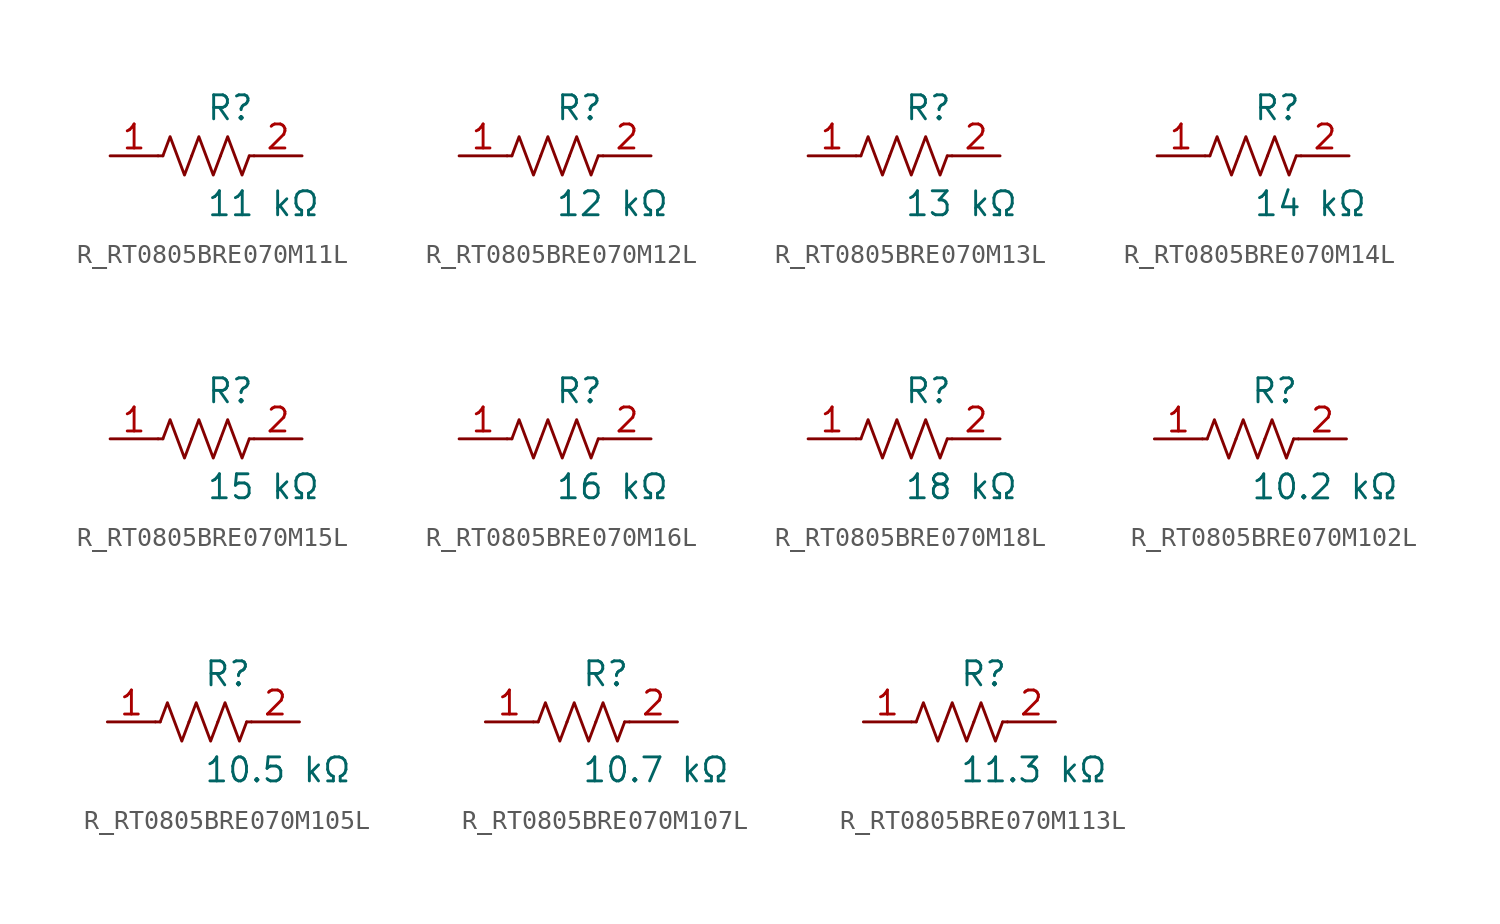
<source format=kicad_sym>
(kicad_symbol_lib
  (version 20231120)
  (generator kicad_symbol_editor)
  (generator_version 8.0)
  (symbol "R_RT0805BRE070M11L"
    (pin_names
      (offset 0.254))
    (property "Reference" "R"
      (at 0.0 2.54 0)
      (effects (font (size 1.27 1.27)) (justify left)))
    (property "Value" "11 kΩ"
      (at 0.0 -2.54 0)
      (effects (font (size 1.27 1.27)) (justify left)))
    (symbol "R_RT0805BRE070M11L_0_1"
      (polyline (pts (xy 2.286 0) (xy 2.54 0)) (stroke (width 0) (type default)) (fill (type none)))
      (polyline (pts (xy -2.286 0) (xy -2.54 0)) (stroke (width 0) (type default)) (fill (type none)))
      (polyline (pts (xy 0.762 0) (xy 1.143 1.016) (xy 1.524 0) (xy 1.905 -1.016) (xy 2.286 0)) (stroke (width 0) (type default)) (fill (type none)))
      (polyline (pts (xy -0.762 0) (xy -0.381 1.016) (xy 0 0) (xy 0.381 -1.016) (xy 0.762 0)) (stroke (width 0) (type default)) (fill (type none)))
      (polyline (pts (xy -2.286 0) (xy -1.905 1.016) (xy -1.524 0) (xy -1.143 -1.016) (xy -0.762 0)) (stroke (width 0) (type default)) (fill (type none))))
    (pin unspecified line
      (at -5.08 0 0)
      (length 2.54)
      (name "" (effects (font (size 1.27 1.27))))
      (number "1" (effects (font (size 1.27 1.27)))))
    (pin unspecified line
      (at 5.08 0 180)
      (length 2.54)
      (name "" (effects (font (size 1.27 1.27))))
      (number "2" (effects (font (size 1.27 1.27))))))
  (symbol "R_RT0805BRE070M12L"
    (pin_names
      (offset 0.254))
    (property "Reference" "R"
      (at 0.0 2.54 0)
      (effects (font (size 1.27 1.27)) (justify left)))
    (property "Value" "12 kΩ"
      (at 0.0 -2.54 0)
      (effects (font (size 1.27 1.27)) (justify left)))
    (symbol "R_RT0805BRE070M12L_0_1"
      (polyline (pts (xy 2.286 0) (xy 2.54 0)) (stroke (width 0) (type default)) (fill (type none)))
      (polyline (pts (xy -2.286 0) (xy -2.54 0)) (stroke (width 0) (type default)) (fill (type none)))
      (polyline (pts (xy 0.762 0) (xy 1.143 1.016) (xy 1.524 0) (xy 1.905 -1.016) (xy 2.286 0)) (stroke (width 0) (type default)) (fill (type none)))
      (polyline (pts (xy -0.762 0) (xy -0.381 1.016) (xy 0 0) (xy 0.381 -1.016) (xy 0.762 0)) (stroke (width 0) (type default)) (fill (type none)))
      (polyline (pts (xy -2.286 0) (xy -1.905 1.016) (xy -1.524 0) (xy -1.143 -1.016) (xy -0.762 0)) (stroke (width 0) (type default)) (fill (type none))))
    (pin unspecified line
      (at -5.08 0 0)
      (length 2.54)
      (name "" (effects (font (size 1.27 1.27))))
      (number "1" (effects (font (size 1.27 1.27)))))
    (pin unspecified line
      (at 5.08 0 180)
      (length 2.54)
      (name "" (effects (font (size 1.27 1.27))))
      (number "2" (effects (font (size 1.27 1.27))))))
  (symbol "R_RT0805BRE070M13L"
    (pin_names
      (offset 0.254))
    (property "Reference" "R"
      (at 0.0 2.54 0)
      (effects (font (size 1.27 1.27)) (justify left)))
    (property "Value" "13 kΩ"
      (at 0.0 -2.54 0)
      (effects (font (size 1.27 1.27)) (justify left)))
    (symbol "R_RT0805BRE070M13L_0_1"
      (polyline (pts (xy 2.286 0) (xy 2.54 0)) (stroke (width 0) (type default)) (fill (type none)))
      (polyline (pts (xy -2.286 0) (xy -2.54 0)) (stroke (width 0) (type default)) (fill (type none)))
      (polyline (pts (xy 0.762 0) (xy 1.143 1.016) (xy 1.524 0) (xy 1.905 -1.016) (xy 2.286 0)) (stroke (width 0) (type default)) (fill (type none)))
      (polyline (pts (xy -0.762 0) (xy -0.381 1.016) (xy 0 0) (xy 0.381 -1.016) (xy 0.762 0)) (stroke (width 0) (type default)) (fill (type none)))
      (polyline (pts (xy -2.286 0) (xy -1.905 1.016) (xy -1.524 0) (xy -1.143 -1.016) (xy -0.762 0)) (stroke (width 0) (type default)) (fill (type none))))
    (pin unspecified line
      (at -5.08 0 0)
      (length 2.54)
      (name "" (effects (font (size 1.27 1.27))))
      (number "1" (effects (font (size 1.27 1.27)))))
    (pin unspecified line
      (at 5.08 0 180)
      (length 2.54)
      (name "" (effects (font (size 1.27 1.27))))
      (number "2" (effects (font (size 1.27 1.27))))))
  (symbol "R_RT0805BRE070M14L"
    (pin_names
      (offset 0.254))
    (property "Reference" "R"
      (at 0.0 2.54 0)
      (effects (font (size 1.27 1.27)) (justify left)))
    (property "Value" "14 kΩ"
      (at 0.0 -2.54 0)
      (effects (font (size 1.27 1.27)) (justify left)))
    (symbol "R_RT0805BRE070M14L_0_1"
      (polyline (pts (xy 2.286 0) (xy 2.54 0)) (stroke (width 0) (type default)) (fill (type none)))
      (polyline (pts (xy -2.286 0) (xy -2.54 0)) (stroke (width 0) (type default)) (fill (type none)))
      (polyline (pts (xy 0.762 0) (xy 1.143 1.016) (xy 1.524 0) (xy 1.905 -1.016) (xy 2.286 0)) (stroke (width 0) (type default)) (fill (type none)))
      (polyline (pts (xy -0.762 0) (xy -0.381 1.016) (xy 0 0) (xy 0.381 -1.016) (xy 0.762 0)) (stroke (width 0) (type default)) (fill (type none)))
      (polyline (pts (xy -2.286 0) (xy -1.905 1.016) (xy -1.524 0) (xy -1.143 -1.016) (xy -0.762 0)) (stroke (width 0) (type default)) (fill (type none))))
    (pin unspecified line
      (at -5.08 0 0)
      (length 2.54)
      (name "" (effects (font (size 1.27 1.27))))
      (number "1" (effects (font (size 1.27 1.27)))))
    (pin unspecified line
      (at 5.08 0 180)
      (length 2.54)
      (name "" (effects (font (size 1.27 1.27))))
      (number "2" (effects (font (size 1.27 1.27))))))
  (symbol "R_RT0805BRE070M15L"
    (pin_names
      (offset 0.254))
    (property "Reference" "R"
      (at 0.0 2.54 0)
      (effects (font (size 1.27 1.27)) (justify left)))
    (property "Value" "15 kΩ"
      (at 0.0 -2.54 0)
      (effects (font (size 1.27 1.27)) (justify left)))
    (symbol "R_RT0805BRE070M15L_0_1"
      (polyline (pts (xy 2.286 0) (xy 2.54 0)) (stroke (width 0) (type default)) (fill (type none)))
      (polyline (pts (xy -2.286 0) (xy -2.54 0)) (stroke (width 0) (type default)) (fill (type none)))
      (polyline (pts (xy 0.762 0) (xy 1.143 1.016) (xy 1.524 0) (xy 1.905 -1.016) (xy 2.286 0)) (stroke (width 0) (type default)) (fill (type none)))
      (polyline (pts (xy -0.762 0) (xy -0.381 1.016) (xy 0 0) (xy 0.381 -1.016) (xy 0.762 0)) (stroke (width 0) (type default)) (fill (type none)))
      (polyline (pts (xy -2.286 0) (xy -1.905 1.016) (xy -1.524 0) (xy -1.143 -1.016) (xy -0.762 0)) (stroke (width 0) (type default)) (fill (type none))))
    (pin unspecified line
      (at -5.08 0 0)
      (length 2.54)
      (name "" (effects (font (size 1.27 1.27))))
      (number "1" (effects (font (size 1.27 1.27)))))
    (pin unspecified line
      (at 5.08 0 180)
      (length 2.54)
      (name "" (effects (font (size 1.27 1.27))))
      (number "2" (effects (font (size 1.27 1.27))))))
  (symbol "R_RT0805BRE070M16L"
    (pin_names
      (offset 0.254))
    (property "Reference" "R"
      (at 0.0 2.54 0)
      (effects (font (size 1.27 1.27)) (justify left)))
    (property "Value" "16 kΩ"
      (at 0.0 -2.54 0)
      (effects (font (size 1.27 1.27)) (justify left)))
    (symbol "R_RT0805BRE070M16L_0_1"
      (polyline (pts (xy 2.286 0) (xy 2.54 0)) (stroke (width 0) (type default)) (fill (type none)))
      (polyline (pts (xy -2.286 0) (xy -2.54 0)) (stroke (width 0) (type default)) (fill (type none)))
      (polyline (pts (xy 0.762 0) (xy 1.143 1.016) (xy 1.524 0) (xy 1.905 -1.016) (xy 2.286 0)) (stroke (width 0) (type default)) (fill (type none)))
      (polyline (pts (xy -0.762 0) (xy -0.381 1.016) (xy 0 0) (xy 0.381 -1.016) (xy 0.762 0)) (stroke (width 0) (type default)) (fill (type none)))
      (polyline (pts (xy -2.286 0) (xy -1.905 1.016) (xy -1.524 0) (xy -1.143 -1.016) (xy -0.762 0)) (stroke (width 0) (type default)) (fill (type none))))
    (pin unspecified line
      (at -5.08 0 0)
      (length 2.54)
      (name "" (effects (font (size 1.27 1.27))))
      (number "1" (effects (font (size 1.27 1.27)))))
    (pin unspecified line
      (at 5.08 0 180)
      (length 2.54)
      (name "" (effects (font (size 1.27 1.27))))
      (number "2" (effects (font (size 1.27 1.27))))))
  (symbol "R_RT0805BRE070M18L"
    (pin_names
      (offset 0.254))
    (property "Reference" "R"
      (at 0.0 2.54 0)
      (effects (font (size 1.27 1.27)) (justify left)))
    (property "Value" "18 kΩ"
      (at 0.0 -2.54 0)
      (effects (font (size 1.27 1.27)) (justify left)))
    (symbol "R_RT0805BRE070M18L_0_1"
      (polyline (pts (xy 2.286 0) (xy 2.54 0)) (stroke (width 0) (type default)) (fill (type none)))
      (polyline (pts (xy -2.286 0) (xy -2.54 0)) (stroke (width 0) (type default)) (fill (type none)))
      (polyline (pts (xy 0.762 0) (xy 1.143 1.016) (xy 1.524 0) (xy 1.905 -1.016) (xy 2.286 0)) (stroke (width 0) (type default)) (fill (type none)))
      (polyline (pts (xy -0.762 0) (xy -0.381 1.016) (xy 0 0) (xy 0.381 -1.016) (xy 0.762 0)) (stroke (width 0) (type default)) (fill (type none)))
      (polyline (pts (xy -2.286 0) (xy -1.905 1.016) (xy -1.524 0) (xy -1.143 -1.016) (xy -0.762 0)) (stroke (width 0) (type default)) (fill (type none))))
    (pin unspecified line
      (at -5.08 0 0)
      (length 2.54)
      (name "" (effects (font (size 1.27 1.27))))
      (number "1" (effects (font (size 1.27 1.27)))))
    (pin unspecified line
      (at 5.08 0 180)
      (length 2.54)
      (name "" (effects (font (size 1.27 1.27))))
      (number "2" (effects (font (size 1.27 1.27))))))
  (symbol "R_RT0805BRE070M102L"
    (pin_names
      (offset 0.254))
    (property "Reference" "R"
      (at 0.0 2.54 0)
      (effects (font (size 1.27 1.27)) (justify left)))
    (property "Value" "10.2 kΩ"
      (at 0.0 -2.54 0)
      (effects (font (size 1.27 1.27)) (justify left)))
    (symbol "R_RT0805BRE070M102L_0_1"
      (polyline (pts (xy 2.286 0) (xy 2.54 0)) (stroke (width 0) (type default)) (fill (type none)))
      (polyline (pts (xy -2.286 0) (xy -2.54 0)) (stroke (width 0) (type default)) (fill (type none)))
      (polyline (pts (xy 0.762 0) (xy 1.143 1.016) (xy 1.524 0) (xy 1.905 -1.016) (xy 2.286 0)) (stroke (width 0) (type default)) (fill (type none)))
      (polyline (pts (xy -0.762 0) (xy -0.381 1.016) (xy 0 0) (xy 0.381 -1.016) (xy 0.762 0)) (stroke (width 0) (type default)) (fill (type none)))
      (polyline (pts (xy -2.286 0) (xy -1.905 1.016) (xy -1.524 0) (xy -1.143 -1.016) (xy -0.762 0)) (stroke (width 0) (type default)) (fill (type none))))
    (pin unspecified line
      (at -5.08 0 0)
      (length 2.54)
      (name "" (effects (font (size 1.27 1.27))))
      (number "1" (effects (font (size 1.27 1.27)))))
    (pin unspecified line
      (at 5.08 0 180)
      (length 2.54)
      (name "" (effects (font (size 1.27 1.27))))
      (number "2" (effects (font (size 1.27 1.27))))))
  (symbol "R_RT0805BRE070M105L"
    (pin_names
      (offset 0.254))
    (property "Reference" "R"
      (at 0.0 2.54 0)
      (effects (font (size 1.27 1.27)) (justify left)))
    (property "Value" "10.5 kΩ"
      (at 0.0 -2.54 0)
      (effects (font (size 1.27 1.27)) (justify left)))
    (symbol "R_RT0805BRE070M105L_0_1"
      (polyline (pts (xy 2.286 0) (xy 2.54 0)) (stroke (width 0) (type default)) (fill (type none)))
      (polyline (pts (xy -2.286 0) (xy -2.54 0)) (stroke (width 0) (type default)) (fill (type none)))
      (polyline (pts (xy 0.762 0) (xy 1.143 1.016) (xy 1.524 0) (xy 1.905 -1.016) (xy 2.286 0)) (stroke (width 0) (type default)) (fill (type none)))
      (polyline (pts (xy -0.762 0) (xy -0.381 1.016) (xy 0 0) (xy 0.381 -1.016) (xy 0.762 0)) (stroke (width 0) (type default)) (fill (type none)))
      (polyline (pts (xy -2.286 0) (xy -1.905 1.016) (xy -1.524 0) (xy -1.143 -1.016) (xy -0.762 0)) (stroke (width 0) (type default)) (fill (type none))))
    (pin unspecified line
      (at -5.08 0 0)
      (length 2.54)
      (name "" (effects (font (size 1.27 1.27))))
      (number "1" (effects (font (size 1.27 1.27)))))
    (pin unspecified line
      (at 5.08 0 180)
      (length 2.54)
      (name "" (effects (font (size 1.27 1.27))))
      (number "2" (effects (font (size 1.27 1.27))))))
  (symbol "R_RT0805BRE070M107L"
    (pin_names
      (offset 0.254))
    (property "Reference" "R"
      (at 0.0 2.54 0)
      (effects (font (size 1.27 1.27)) (justify left)))
    (property "Value" "10.7 kΩ"
      (at 0.0 -2.54 0)
      (effects (font (size 1.27 1.27)) (justify left)))
    (symbol "R_RT0805BRE070M107L_0_1"
      (polyline (pts (xy 2.286 0) (xy 2.54 0)) (stroke (width 0) (type default)) (fill (type none)))
      (polyline (pts (xy -2.286 0) (xy -2.54 0)) (stroke (width 0) (type default)) (fill (type none)))
      (polyline (pts (xy 0.762 0) (xy 1.143 1.016) (xy 1.524 0) (xy 1.905 -1.016) (xy 2.286 0)) (stroke (width 0) (type default)) (fill (type none)))
      (polyline (pts (xy -0.762 0) (xy -0.381 1.016) (xy 0 0) (xy 0.381 -1.016) (xy 0.762 0)) (stroke (width 0) (type default)) (fill (type none)))
      (polyline (pts (xy -2.286 0) (xy -1.905 1.016) (xy -1.524 0) (xy -1.143 -1.016) (xy -0.762 0)) (stroke (width 0) (type default)) (fill (type none))))
    (pin unspecified line
      (at -5.08 0 0)
      (length 2.54)
      (name "" (effects (font (size 1.27 1.27))))
      (number "1" (effects (font (size 1.27 1.27)))))
    (pin unspecified line
      (at 5.08 0 180)
      (length 2.54)
      (name "" (effects (font (size 1.27 1.27))))
      (number "2" (effects (font (size 1.27 1.27))))))
  (symbol "R_RT0805BRE070M113L"
    (pin_names
      (offset 0.254))
    (property "Reference" "R"
      (at 0.0 2.54 0)
      (effects (font (size 1.27 1.27)) (justify left)))
    (property "Value" "11.3 kΩ"
      (at 0.0 -2.54 0)
      (effects (font (size 1.27 1.27)) (justify left)))
    (symbol "R_RT0805BRE070M113L_0_1"
      (polyline (pts (xy 2.286 0) (xy 2.54 0)) (stroke (width 0) (type default)) (fill (type none)))
      (polyline (pts (xy -2.286 0) (xy -2.54 0)) (stroke (width 0) (type default)) (fill (type none)))
      (polyline (pts (xy 0.762 0) (xy 1.143 1.016) (xy 1.524 0) (xy 1.905 -1.016) (xy 2.286 0)) (stroke (width 0) (type default)) (fill (type none)))
      (polyline (pts (xy -0.762 0) (xy -0.381 1.016) (xy 0 0) (xy 0.381 -1.016) (xy 0.762 0)) (stroke (width 0) (type default)) (fill (type none)))
      (polyline (pts (xy -2.286 0) (xy -1.905 1.016) (xy -1.524 0) (xy -1.143 -1.016) (xy -0.762 0)) (stroke (width 0) (type default)) (fill (type none))))
    (pin unspecified line
      (at -5.08 0 0)
      (length 2.54)
      (name "" (effects (font (size 1.27 1.27))))
      (number "1" (effects (font (size 1.27 1.27)))))
    (pin unspecified line
      (at 5.08 0 180)
      (length 2.54)
      (name "" (effects (font (size 1.27 1.27))))
      (number "2" (effects (font (size 1.27 1.27)))))))
</source>
